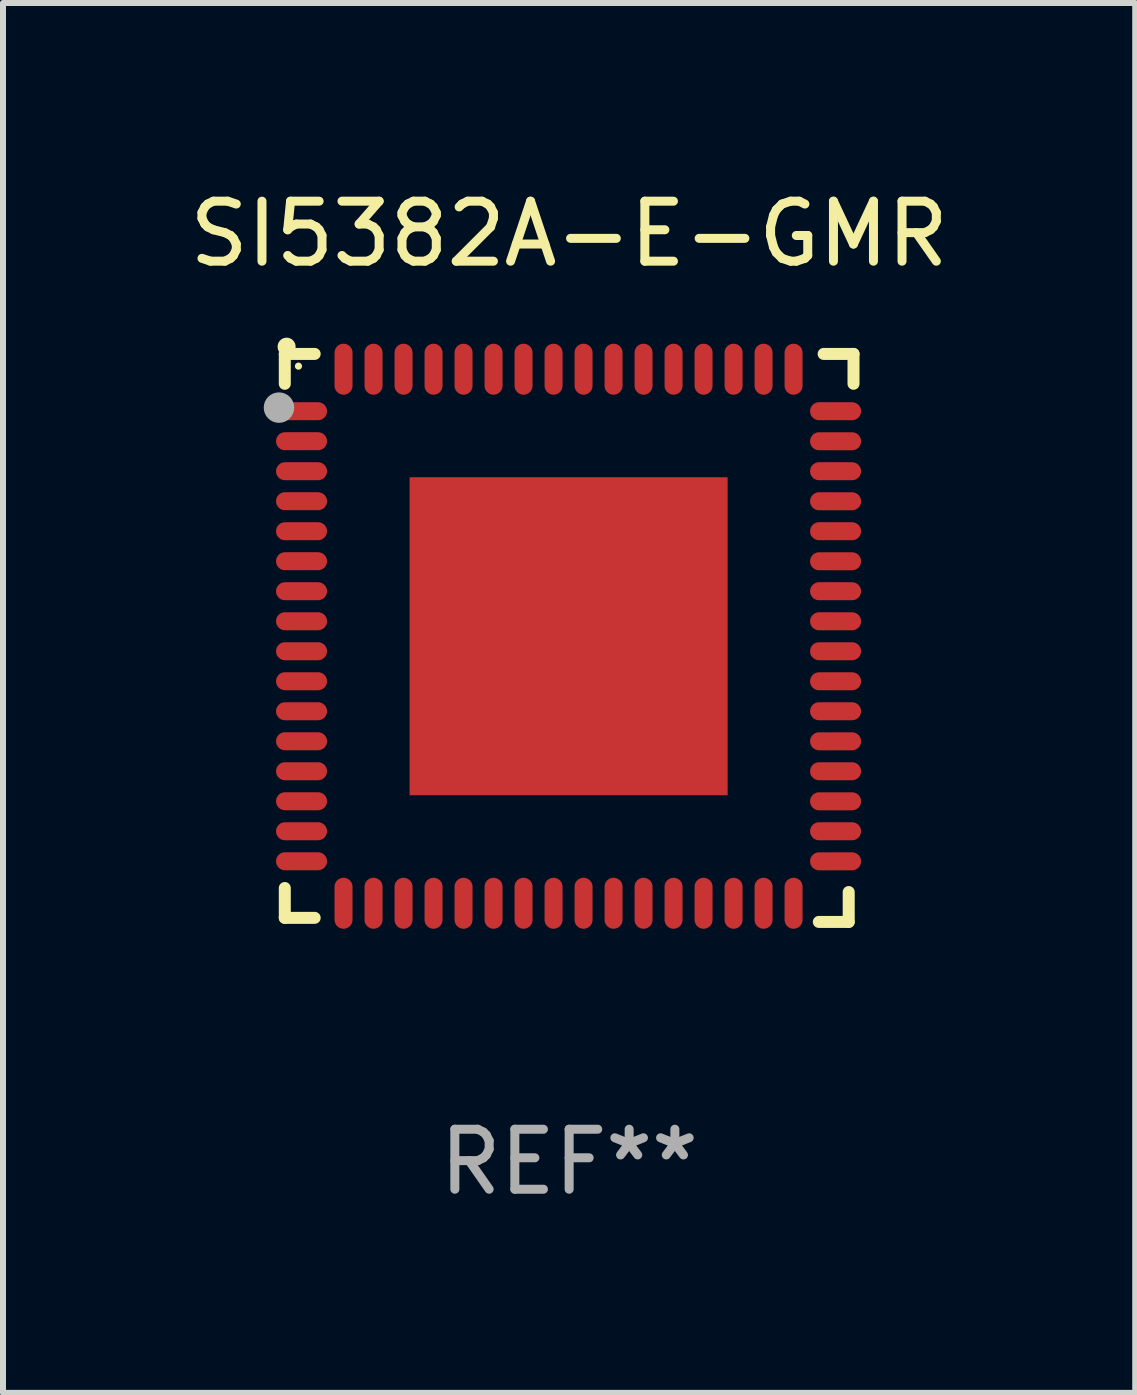
<source format=kicad_pcb>
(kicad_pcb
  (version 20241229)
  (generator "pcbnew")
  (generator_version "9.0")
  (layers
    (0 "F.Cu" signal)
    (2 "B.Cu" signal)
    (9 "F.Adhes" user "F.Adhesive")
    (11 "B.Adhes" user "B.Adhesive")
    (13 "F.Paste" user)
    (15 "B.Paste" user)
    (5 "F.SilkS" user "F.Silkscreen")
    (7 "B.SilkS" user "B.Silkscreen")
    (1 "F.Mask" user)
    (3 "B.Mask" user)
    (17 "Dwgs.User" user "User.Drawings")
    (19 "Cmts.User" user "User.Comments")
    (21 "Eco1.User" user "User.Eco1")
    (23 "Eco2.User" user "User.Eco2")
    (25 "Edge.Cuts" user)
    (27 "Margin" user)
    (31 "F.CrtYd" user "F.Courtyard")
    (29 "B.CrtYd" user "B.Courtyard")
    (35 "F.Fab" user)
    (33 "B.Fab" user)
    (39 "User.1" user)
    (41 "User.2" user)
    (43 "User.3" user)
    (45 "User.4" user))
  (footprint "SI5382A-E-GMR"
    (layer "F.Cu")
    (at 6.435 7.581)
    (property "Reference" "SI5382A-E-GMR" (at 0 -6.733 0) (layer "F.SilkS") (effects (font (size 1 1) (thickness 0.15))))
    (attr through_hole)
    (fp_line (start -4.739 -4.733) (end -4.241 -4.733) (stroke (width 0.2) (type solid)) (layer "F.SilkS"))
    (fp_line (start -4.739 -4.235) (end -4.739 -4.733) (stroke (width 0.2) (type solid)) (layer "F.SilkS"))
    (fp_line (start -4.739 4.168) (end -4.739 4.665) (stroke (width 0.2) (type solid)) (layer "F.SilkS"))
    (fp_line (start -4.739 4.665) (end -4.241 4.665) (stroke (width 0.2) (type solid)) (layer "F.SilkS"))
    (fp_line (start 4.161 4.733) (end 4.659 4.733) (stroke (width 0.2) (type solid)) (layer "F.SilkS"))
    (fp_line (start 4.241 -4.733) (end 4.739 -4.733) (stroke (width 0.2) (type solid)) (layer "F.SilkS"))
    (fp_line (start 4.659 4.733) (end 4.659 4.235) (stroke (width 0.2) (type solid)) (layer "F.SilkS"))
    (fp_line (start 4.739 -4.733) (end 4.739 -4.235) (stroke (width 0.2) (type solid)) (layer "F.SilkS"))
    (fp_arc (start -4.708623 -4.85108) (mid -4.708628 -4.85235) (end -4.708623 -4.85362) (stroke (width 0.3) (type solid)) (layer "F.SilkS"))
    (fp_circle (center -4.511 -4.529) (end -4.481 -4.529) (stroke (width 0.06) (type solid)) (fill no) (layer "F.SilkS"))
    (fp_circle (center -4.836 -3.838) (end -4.709 -3.838) (stroke (width 0.254) (type solid)) (fill no) (layer "F.Fab"))
    (fp_text user "REF**" (at 0 8.733 0) (layer "F.Fab") (effects (font (size 1 1) (thickness 0.15))))
    (pad "1" smd oval (at -4.46 -3.778) (size 0.85 0.3) (layers "F.Cu" "F.Mask" "F.Paste"))
    (pad "2" smd oval (at -4.46 -3.278) (size 0.85 0.3) (layers "F.Cu" "F.Mask" "F.Paste"))
    (pad "3" smd oval (at -4.46 -2.778) (size 0.85 0.3) (layers "F.Cu" "F.Mask" "F.Paste"))
    (pad "4" smd oval (at -4.46 -2.278) (size 0.85 0.3) (layers "F.Cu" "F.Mask" "F.Paste"))
    (pad "5" smd oval (at -4.46 -1.778) (size 0.85 0.3) (layers "F.Cu" "F.Mask" "F.Paste"))
    (pad "6" smd oval (at -4.46 -1.278) (size 0.85 0.3) (layers "F.Cu" "F.Mask" "F.Paste"))
    (pad "7" smd oval (at -4.46 -0.778) (size 0.85 0.3) (layers "F.Cu" "F.Mask" "F.Paste"))
    (pad "8" smd oval (at -4.46 -0.278) (size 0.85 0.3) (layers "F.Cu" "F.Mask" "F.Paste"))
    (pad "9" smd oval (at -4.46 0.222) (size 0.85 0.3) (layers "F.Cu" "F.Mask" "F.Paste"))
    (pad "10" smd oval (at -4.46 0.722) (size 0.85 0.3) (layers "F.Cu" "F.Mask" "F.Paste"))
    (pad "11" smd oval (at -4.46 1.222) (size 0.85 0.3) (layers "F.Cu" "F.Mask" "F.Paste"))
    (pad "12" smd oval (at -4.46 1.722) (size 0.85 0.3) (layers "F.Cu" "F.Mask" "F.Paste"))
    (pad "13" smd oval (at -4.46 2.222) (size 0.85 0.3) (layers "F.Cu" "F.Mask" "F.Paste"))
    (pad "14" smd oval (at -4.46 2.722) (size 0.85 0.3) (layers "F.Cu" "F.Mask" "F.Paste"))
    (pad "15" smd oval (at -4.46 3.222) (size 0.85 0.3) (layers "F.Cu" "F.Mask" "F.Paste"))
    (pad "16" smd oval (at -4.46 3.722) (size 0.85 0.3) (layers "F.Cu" "F.Mask" "F.Paste"))
    (pad "17" smd oval (at -3.76 4.422) (size 0.3 0.85) (layers "F.Cu" "F.Mask" "F.Paste"))
    (pad "18" smd oval (at -3.26 4.422) (size 0.3 0.85) (layers "F.Cu" "F.Mask" "F.Paste"))
    (pad "19" smd oval (at -2.76 4.422) (size 0.3 0.85) (layers "F.Cu" "F.Mask" "F.Paste"))
    (pad "20" smd oval (at -2.26 4.422) (size 0.3 0.85) (layers "F.Cu" "F.Mask" "F.Paste"))
    (pad "21" smd oval (at -1.76 4.422) (size 0.3 0.85) (layers "F.Cu" "F.Mask" "F.Paste"))
    (pad "22" smd oval (at -1.26 4.422) (size 0.3 0.85) (layers "F.Cu" "F.Mask" "F.Paste"))
    (pad "23" smd oval (at -0.76 4.422) (size 0.3 0.85) (layers "F.Cu" "F.Mask" "F.Paste"))
    (pad "24" smd oval (at -0.26 4.422) (size 0.3 0.85) (layers "F.Cu" "F.Mask" "F.Paste"))
    (pad "25" smd oval (at 0.24 4.422) (size 0.3 0.85) (layers "F.Cu" "F.Mask" "F.Paste"))
    (pad "26" smd oval (at 0.74 4.422) (size 0.3 0.85) (layers "F.Cu" "F.Mask" "F.Paste"))
    (pad "27" smd oval (at 1.24 4.422) (size 0.3 0.85) (layers "F.Cu" "F.Mask" "F.Paste"))
    (pad "28" smd oval (at 1.74 4.422) (size 0.3 0.85) (layers "F.Cu" "F.Mask" "F.Paste"))
    (pad "29" smd oval (at 2.24 4.422) (size 0.3 0.85) (layers "F.Cu" "F.Mask" "F.Paste"))
    (pad "30" smd oval (at 2.74 4.422) (size 0.3 0.85) (layers "F.Cu" "F.Mask" "F.Paste"))
    (pad "31" smd oval (at 3.24 4.422) (size 0.3 0.85) (layers "F.Cu" "F.Mask" "F.Paste"))
    (pad "32" smd oval (at 3.74 4.422) (size 0.3 0.85) (layers "F.Cu" "F.Mask" "F.Paste"))
    (pad "33" smd oval (at 4.44 3.723) (size 0.85 0.3) (layers "F.Cu" "F.Mask" "F.Paste"))
    (pad "34" smd oval (at 4.44 3.222) (size 0.85 0.3) (layers "F.Cu" "F.Mask" "F.Paste"))
    (pad "35" smd oval (at 4.44 2.723) (size 0.85 0.3) (layers "F.Cu" "F.Mask" "F.Paste"))
    (pad "36" smd oval (at 4.44 2.222) (size 0.85 0.3) (layers "F.Cu" "F.Mask" "F.Paste"))
    (pad "37" smd oval (at 4.44 1.723) (size 0.85 0.3) (layers "F.Cu" "F.Mask" "F.Paste"))
    (pad "38" smd oval (at 4.44 1.222) (size 0.85 0.3) (layers "F.Cu" "F.Mask" "F.Paste"))
    (pad "39" smd oval (at 4.44 0.723) (size 0.85 0.3) (layers "F.Cu" "F.Mask" "F.Paste"))
    (pad "40" smd oval (at 4.44 0.222) (size 0.85 0.3) (layers "F.Cu" "F.Mask" "F.Paste"))
    (pad "41" smd oval (at 4.44 -0.277) (size 0.85 0.3) (layers "F.Cu" "F.Mask" "F.Paste"))
    (pad "42" smd oval (at 4.44 -0.778) (size 0.85 0.3) (layers "F.Cu" "F.Mask" "F.Paste"))
    (pad "43" smd oval (at 4.44 -1.277) (size 0.85 0.3) (layers "F.Cu" "F.Mask" "F.Paste"))
    (pad "44" smd oval (at 4.44 -1.778) (size 0.85 0.3) (layers "F.Cu" "F.Mask" "F.Paste"))
    (pad "45" smd oval (at 4.44 -2.277) (size 0.85 0.3) (layers "F.Cu" "F.Mask" "F.Paste"))
    (pad "46" smd oval (at 4.44 -2.778) (size 0.85 0.3) (layers "F.Cu" "F.Mask" "F.Paste"))
    (pad "47" smd oval (at 4.44 -3.277) (size 0.85 0.3) (layers "F.Cu" "F.Mask" "F.Paste"))
    (pad "48" smd oval (at 4.44 -3.778) (size 0.85 0.3) (layers "F.Cu" "F.Mask" "F.Paste"))
    (pad "49" smd oval (at 3.74 -4.478) (size 0.3 0.85) (layers "F.Cu" "F.Mask" "F.Paste"))
    (pad "50" smd oval (at 3.24 -4.478) (size 0.3 0.85) (layers "F.Cu" "F.Mask" "F.Paste"))
    (pad "51" smd oval (at 2.74 -4.478) (size 0.3 0.85) (layers "F.Cu" "F.Mask" "F.Paste"))
    (pad "52" smd oval (at 2.24 -4.478) (size 0.3 0.85) (layers "F.Cu" "F.Mask" "F.Paste"))
    (pad "53" smd oval (at 1.74 -4.478) (size 0.3 0.85) (layers "F.Cu" "F.Mask" "F.Paste"))
    (pad "54" smd oval (at 1.24 -4.478) (size 0.3 0.85) (layers "F.Cu" "F.Mask" "F.Paste"))
    (pad "55" smd oval (at 0.74 -4.478) (size 0.3 0.85) (layers "F.Cu" "F.Mask" "F.Paste"))
    (pad "56" smd oval (at 0.24 -4.478) (size 0.3 0.85) (layers "F.Cu" "F.Mask" "F.Paste"))
    (pad "57" smd oval (at -0.26 -4.478) (size 0.3 0.85) (layers "F.Cu" "F.Mask" "F.Paste"))
    (pad "58" smd oval (at -0.76 -4.478) (size 0.3 0.85) (layers "F.Cu" "F.Mask" "F.Paste"))
    (pad "59" smd oval (at -1.26 -4.478) (size 0.3 0.85) (layers "F.Cu" "F.Mask" "F.Paste"))
    (pad "60" smd oval (at -1.76 -4.478) (size 0.3 0.85) (layers "F.Cu" "F.Mask" "F.Paste"))
    (pad "61" smd oval (at -2.26 -4.478) (size 0.3 0.85) (layers "F.Cu" "F.Mask" "F.Paste"))
    (pad "62" smd oval (at -2.76 -4.478) (size 0.3 0.85) (layers "F.Cu" "F.Mask" "F.Paste"))
    (pad "63" smd oval (at -3.26 -4.478) (size 0.3 0.85) (layers "F.Cu" "F.Mask" "F.Paste"))
    (pad "64" smd oval (at -3.76 -4.478) (size 0.3 0.85) (layers "F.Cu" "F.Mask" "F.Paste"))
    (pad "65" smd rect (at -0.009 -0.028 90) (size 5.3 5.3) (layers "F.Cu" "F.Mask" "F.Paste")))
  (gr_rect
    (start -3 -3)
    (end 15.869 20.162)
    (stroke (width 0.1) (type default))
    (fill no)
    (layer "Edge.Cuts")))
</source>
